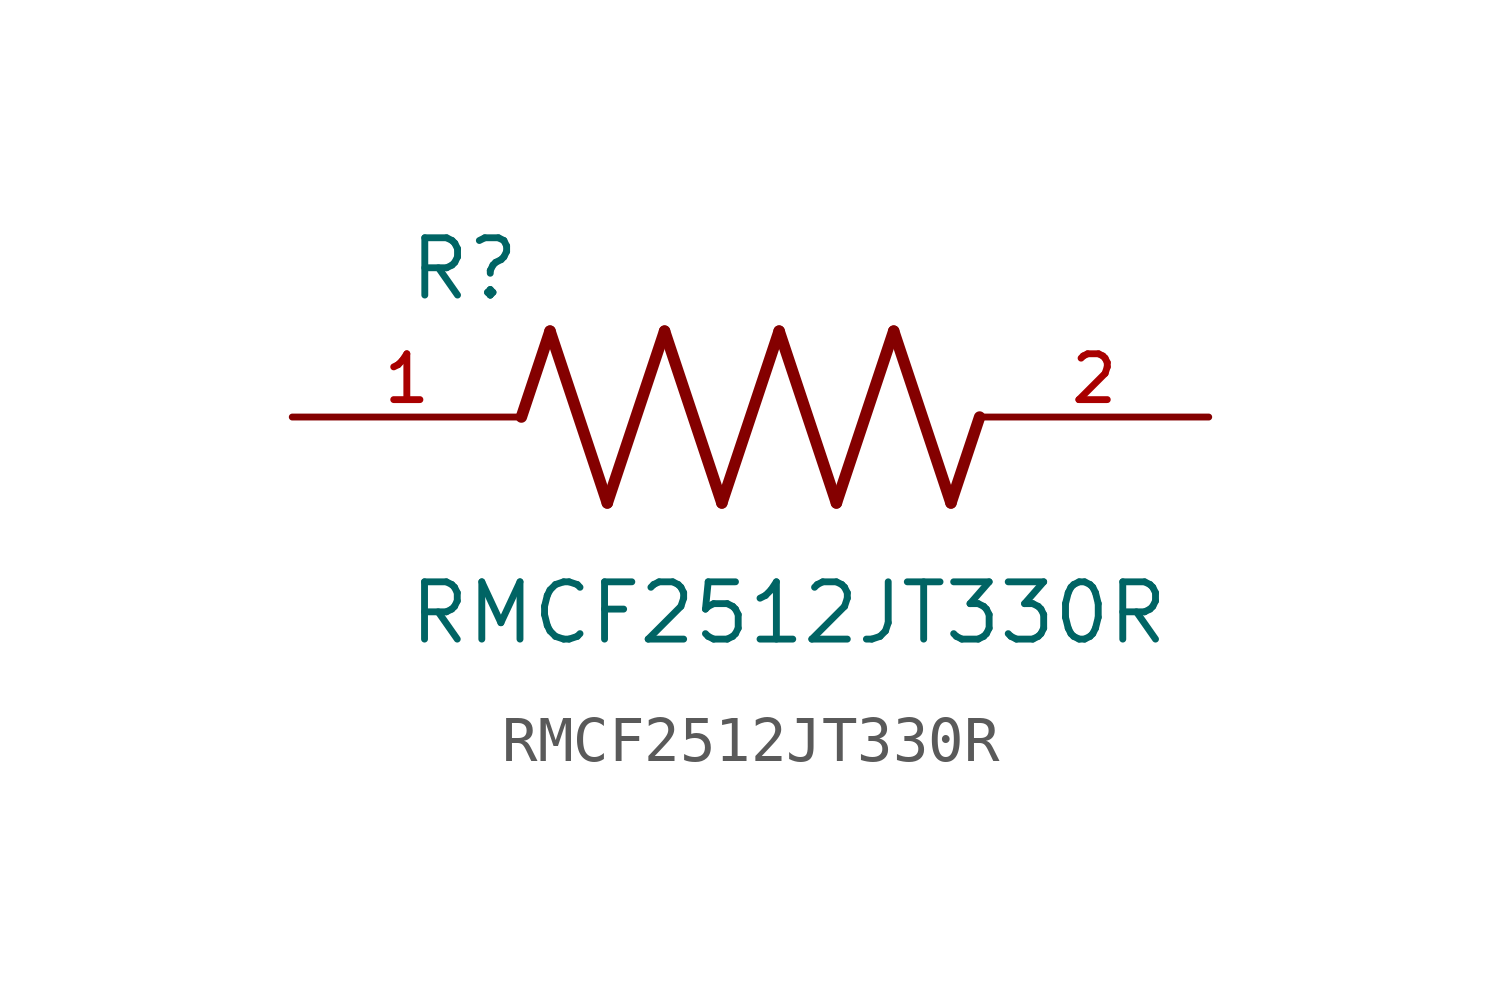
<source format=kicad_sym>
(kicad_symbol_lib
  (version 20211014)
  (generator kicad_symbol_editor)
  (symbol "RMCF2512JT330R"
    (pin_names
      (offset 1.016))
    (property "Reference" "R"
      (at -7.624 2.541 0)
      (effects (font (size 1.27 1.27)) (justify bottom left)))
    (property "Value" "RMCF2512JT330R"
      (at -7.63 -5.087 0)
      (effects (font (size 1.27 1.27)) (justify bottom left)))
    (symbol "RMCF2512JT330R_0_0"
      (polyline (pts (xy -5.08 0.0) (xy -4.445 1.905)) (stroke (width 0.254)))
      (polyline (pts (xy -4.445 1.905) (xy -3.175 -1.905)) (stroke (width 0.254)))
      (polyline (pts (xy -3.175 -1.905) (xy -1.905 1.905)) (stroke (width 0.254)))
      (polyline (pts (xy -1.905 1.905) (xy -0.635 -1.905)) (stroke (width 0.254)))
      (polyline (pts (xy -0.635 -1.905) (xy 0.635 1.905)) (stroke (width 0.254)))
      (polyline (pts (xy 0.635 1.905) (xy 1.905 -1.905)) (stroke (width 0.254)))
      (polyline (pts (xy 1.905 -1.905) (xy 3.175 1.905)) (stroke (width 0.254)))
      (polyline (pts (xy 3.175 1.905) (xy 4.445 -1.905)) (stroke (width 0.254)))
      (polyline (pts (xy 4.445 -1.905) (xy 5.08 0.0)) (stroke (width 0.254)))
      (pin passive line (at -10.16 0.0 0) (length 5.08) (name "~" (effects (font (size 1.016 1.016)))) (number "1" (effects (font (size 1.016 1.016)))))
      (pin passive line (at 10.16 0.0 180.0) (length 5.08) (name "~" (effects (font (size 1.016 1.016)))) (number "2" (effects (font (size 1.016 1.016))))))))
</source>
